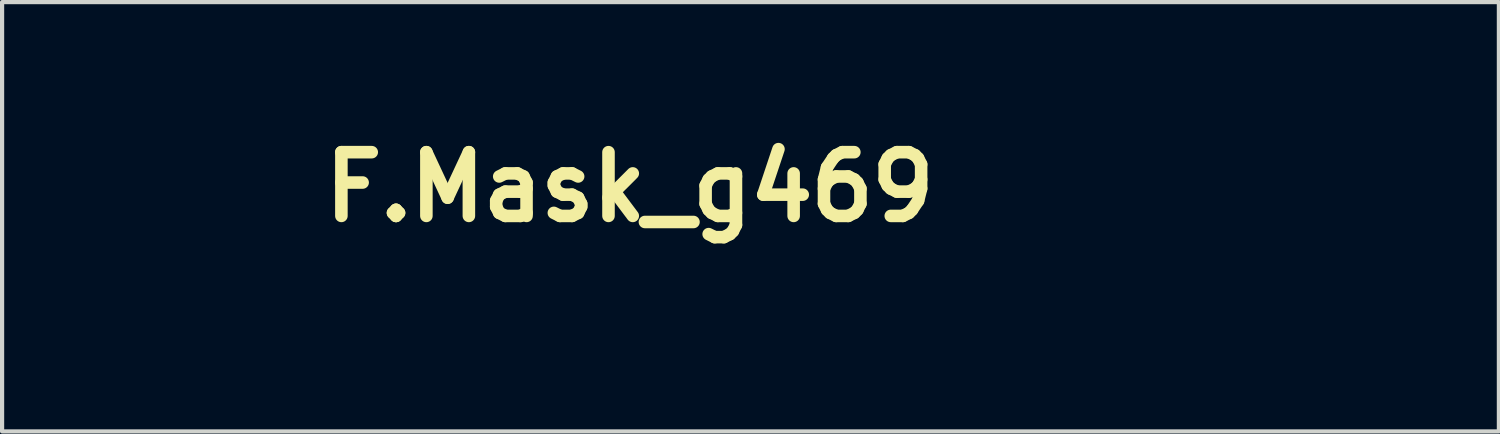
<source format=kicad_pcb>
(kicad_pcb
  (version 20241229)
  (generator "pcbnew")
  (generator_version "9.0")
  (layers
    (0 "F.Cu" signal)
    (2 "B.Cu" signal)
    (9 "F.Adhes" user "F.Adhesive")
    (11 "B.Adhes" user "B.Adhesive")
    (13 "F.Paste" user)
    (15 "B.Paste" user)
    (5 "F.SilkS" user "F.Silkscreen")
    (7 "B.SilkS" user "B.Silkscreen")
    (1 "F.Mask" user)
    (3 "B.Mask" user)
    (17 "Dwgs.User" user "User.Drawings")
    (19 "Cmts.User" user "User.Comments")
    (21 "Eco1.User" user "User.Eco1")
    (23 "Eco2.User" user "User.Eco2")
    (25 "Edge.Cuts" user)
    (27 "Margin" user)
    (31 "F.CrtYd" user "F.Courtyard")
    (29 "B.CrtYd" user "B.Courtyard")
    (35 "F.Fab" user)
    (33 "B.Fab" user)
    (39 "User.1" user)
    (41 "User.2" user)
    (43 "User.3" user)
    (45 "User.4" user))
  (footprint "F.Mask_g469"
    (layer "F.Cu")
    (at 12.007 1.423)
    (property "Reference" "F.Mask_g469" (at 0 0 0) (layer "F.SilkS") (effects (font (size 1.524 1.524) (thickness 0.3))))
    (attr through_hole)
    (fp_poly (pts (xy -7.747 -0.021) (xy -6.308 -0.021) (xy -6.308 -1.418) (xy -5.565 -1.418) (xy -5.364 -1.418) (xy -5.202 -1.417) (xy -5.075 -1.416) (xy -4.979 -1.413) (xy -4.91 -1.41) (xy -4.866 -1.406) (xy -4.841 -1.4) (xy -4.832 -1.393) (xy -4.833 -1.389) (xy -4.851 -1.321) (xy -4.859 -1.233) (xy -4.856 -1.12) (xy -4.843 -0.976) (xy -4.826 -0.839) (xy -4.8 -0.623) (xy -4.787 -0.436) (xy -4.787 -0.28) (xy -4.799 -0.159) (xy -4.824 -0.074) (xy -4.838 -0.05) (xy -4.888 0.006) (xy -4.94 0.052) (xy -5.011 0.083) (xy -5.12 0.1) (xy -5.269 0.103) (xy -5.456 0.092) (xy -5.684 0.067) (xy -5.715 0.063) (xy -5.867 0.044) (xy -5.984 0.032) (xy -6.073 0.028) (xy -6.14 0.03) (xy -6.172 0.034) (xy -6.276 0.053) (xy -6.287 0.72) (xy -6.297 1.386) (xy -6.399 1.406) (xy -6.451 1.412) (xy -6.521 1.413) (xy -6.614 1.408) (xy -6.737 1.397) (xy -6.895 1.379) (xy -6.92 1.376) (xy -7.071 1.359) (xy -7.187 1.347) (xy -7.276 1.34) (xy -7.345 1.339) (xy -7.401 1.342) (xy -7.45 1.349) (xy -7.459 1.351) (xy -7.588 1.391) (xy -7.683 1.454) (xy -7.741 1.531) (xy -7.764 1.604) (xy -7.776 1.715) (xy -7.776 1.862) (xy -7.765 2.04) (xy -7.743 2.249) (xy -7.738 2.286) (xy -7.718 2.463) (xy -7.709 2.601) (xy -7.712 2.702) (xy -7.713 2.715) (xy -7.729 2.836) (xy -9.141 2.836) (xy -9.155 2.746) (xy -9.158 2.694) (xy -9.158 2.61) (xy -9.156 2.502) (xy -9.152 2.381) (xy -9.148 2.307) (xy -9.14 2.115) (xy -9.139 1.96) (xy -9.147 1.835) (xy -9.164 1.736) (xy -9.19 1.658) (xy -9.22 1.602) (xy -9.295 1.524) (xy -9.402 1.463) (xy -9.532 1.419) (xy -9.679 1.392) (xy -9.834 1.381) (xy -9.991 1.388) (xy -10.141 1.411) (xy -10.278 1.452) (xy -10.393 1.51) (xy -10.479 1.584) (xy -10.486 1.594) (xy -10.526 1.654) (xy -10.556 1.723) (xy -10.578 1.805) (xy -10.592 1.906) (xy -10.599 2.032) (xy -10.6 2.189) (xy -10.596 2.382) (xy -10.596 2.387) (xy -10.581 2.836) (xy -12.002 2.836) (xy -12.002 1.438) (xy -11.947 1.418) (xy -11.868 1.402) (xy -11.75 1.399) (xy -11.592 1.408) (xy -11.397 1.431) (xy -11.321 1.442) (xy -11.112 1.467) (xy -10.94 1.476) (xy -10.801 1.467) (xy -10.693 1.439) (xy -10.611 1.391) (xy -10.553 1.322) (xy -10.516 1.231) (xy -10.5 1.153) (xy -10.495 1.106) (xy -10.492 1.058) (xy -10.492 1.005) (xy -10.496 0.938) (xy -10.504 0.853) (xy -10.517 0.743) (xy -10.534 0.602) (xy -10.55 0.476) (xy -10.568 0.316) (xy -10.574 0.193) (xy -10.57 0.105) (xy -10.568 0.095) (xy -10.551 -0.011) (xy -9.847 -0.016) (xy -9.144 -0.022) (xy -9.144 -1.418) (xy -7.747 -1.418) (xy -7.747 -0.021)) (stroke (width 0.01) (type solid)) (fill yes) (layer "F.Mask"))
    (fp_poly (pts (xy 14.817 -0.021) (xy 16.256 -0.021) (xy 16.256 -1.418) (xy 16.999 -1.418) (xy 17.2 -1.418) (xy 17.362 -1.417) (xy 17.489 -1.416) (xy 17.585 -1.413) (xy 17.653 -1.41) (xy 17.698 -1.406) (xy 17.723 -1.4) (xy 17.731 -1.393) (xy 17.731 -1.389) (xy 17.713 -1.321) (xy 17.705 -1.233) (xy 17.707 -1.12) (xy 17.72 -0.976) (xy 17.738 -0.839) (xy 17.763 -0.623) (xy 17.776 -0.436) (xy 17.777 -0.28) (xy 17.765 -0.159) (xy 17.74 -0.074) (xy 17.726 -0.05) (xy 17.675 0.006) (xy 17.624 0.052) (xy 17.553 0.083) (xy 17.444 0.1) (xy 17.295 0.103) (xy 17.107 0.092) (xy 16.88 0.067) (xy 16.849 0.063) (xy 16.697 0.044) (xy 16.579 0.032) (xy 16.49 0.028) (xy 16.423 0.03) (xy 16.392 0.034) (xy 16.288 0.053) (xy 16.277 0.719) (xy 16.267 1.385) (xy 16.172 1.404) (xy 16.092 1.411) (xy 15.977 1.408) (xy 15.844 1.397) (xy 15.674 1.378) (xy 15.54 1.364) (xy 15.435 1.355) (xy 15.353 1.35) (xy 15.288 1.349) (xy 15.234 1.351) (xy 15.184 1.356) (xy 15.166 1.359) (xy 15.033 1.393) (xy 14.931 1.451) (xy 14.858 1.536) (xy 14.813 1.651) (xy 14.793 1.798) (xy 14.791 1.862) (xy 14.795 1.975) (xy 14.804 2.098) (xy 14.816 2.206) (xy 14.818 2.215) (xy 14.83 2.314) (xy 14.839 2.424) (xy 14.844 2.537) (xy 14.846 2.642) (xy 14.844 2.729) (xy 14.837 2.787) (xy 14.833 2.799) (xy 14.826 2.809) (xy 14.812 2.818) (xy 14.787 2.824) (xy 14.746 2.829) (xy 14.684 2.832) (xy 14.599 2.834) (xy 14.484 2.835) (xy 14.336 2.836) (xy 14.152 2.836) (xy 14.119 2.836) (xy 13.42 2.836) (xy 13.42 1.403) (xy 13.266 1.413) (xy 13.141 1.413) (xy 12.981 1.398) (xy 12.821 1.376) (xy 12.627 1.349) (xy 12.47 1.335) (xy 12.343 1.337) (xy 12.243 1.355) (xy 12.164 1.389) (xy 12.102 1.44) (xy 12.054 1.505) (xy 12.029 1.575) (xy 12.015 1.679) (xy 12.012 1.82) (xy 12.02 1.999) (xy 12.04 2.217) (xy 12.05 2.307) (xy 12.067 2.474) (xy 12.075 2.606) (xy 12.074 2.699) (xy 12.07 2.731) (xy 12.053 2.826) (xy 11.308 2.831) (xy 10.562 2.837) (xy 10.562 1.438) (xy 10.616 1.418) (xy 10.696 1.402) (xy 10.814 1.399) (xy 10.972 1.408) (xy 11.167 1.431) (xy 11.243 1.442) (xy 11.45 1.467) (xy 11.621 1.476) (xy 11.759 1.467) (xy 11.867 1.44) (xy 11.95 1.393) (xy 12.009 1.325) (xy 12.048 1.236) (xy 12.064 1.171) (xy 12.071 1.13) (xy 12.074 1.088) (xy 12.075 1.039) (xy 12.072 0.977) (xy 12.064 0.896) (xy 12.053 0.79) (xy 12.036 0.655) (xy 12.014 0.484) (xy 12.012 0.466) (xy 11.994 0.305) (xy 11.989 0.182) (xy 11.995 0.095) (xy 12.013 -0.011) (xy 13.42 -0.022) (xy 13.42 -1.418) (xy 14.817 -1.418) (xy 14.817 -0.021)) (stroke (width 0.01) (type solid)) (fill yes) (layer "F.Mask")))
  (gr_rect
    (start -3 -3)
    (end 32.788 7.265)
    (stroke (width 0.1) (type default))
    (fill no)
    (layer "Edge.Cuts")))
</source>
